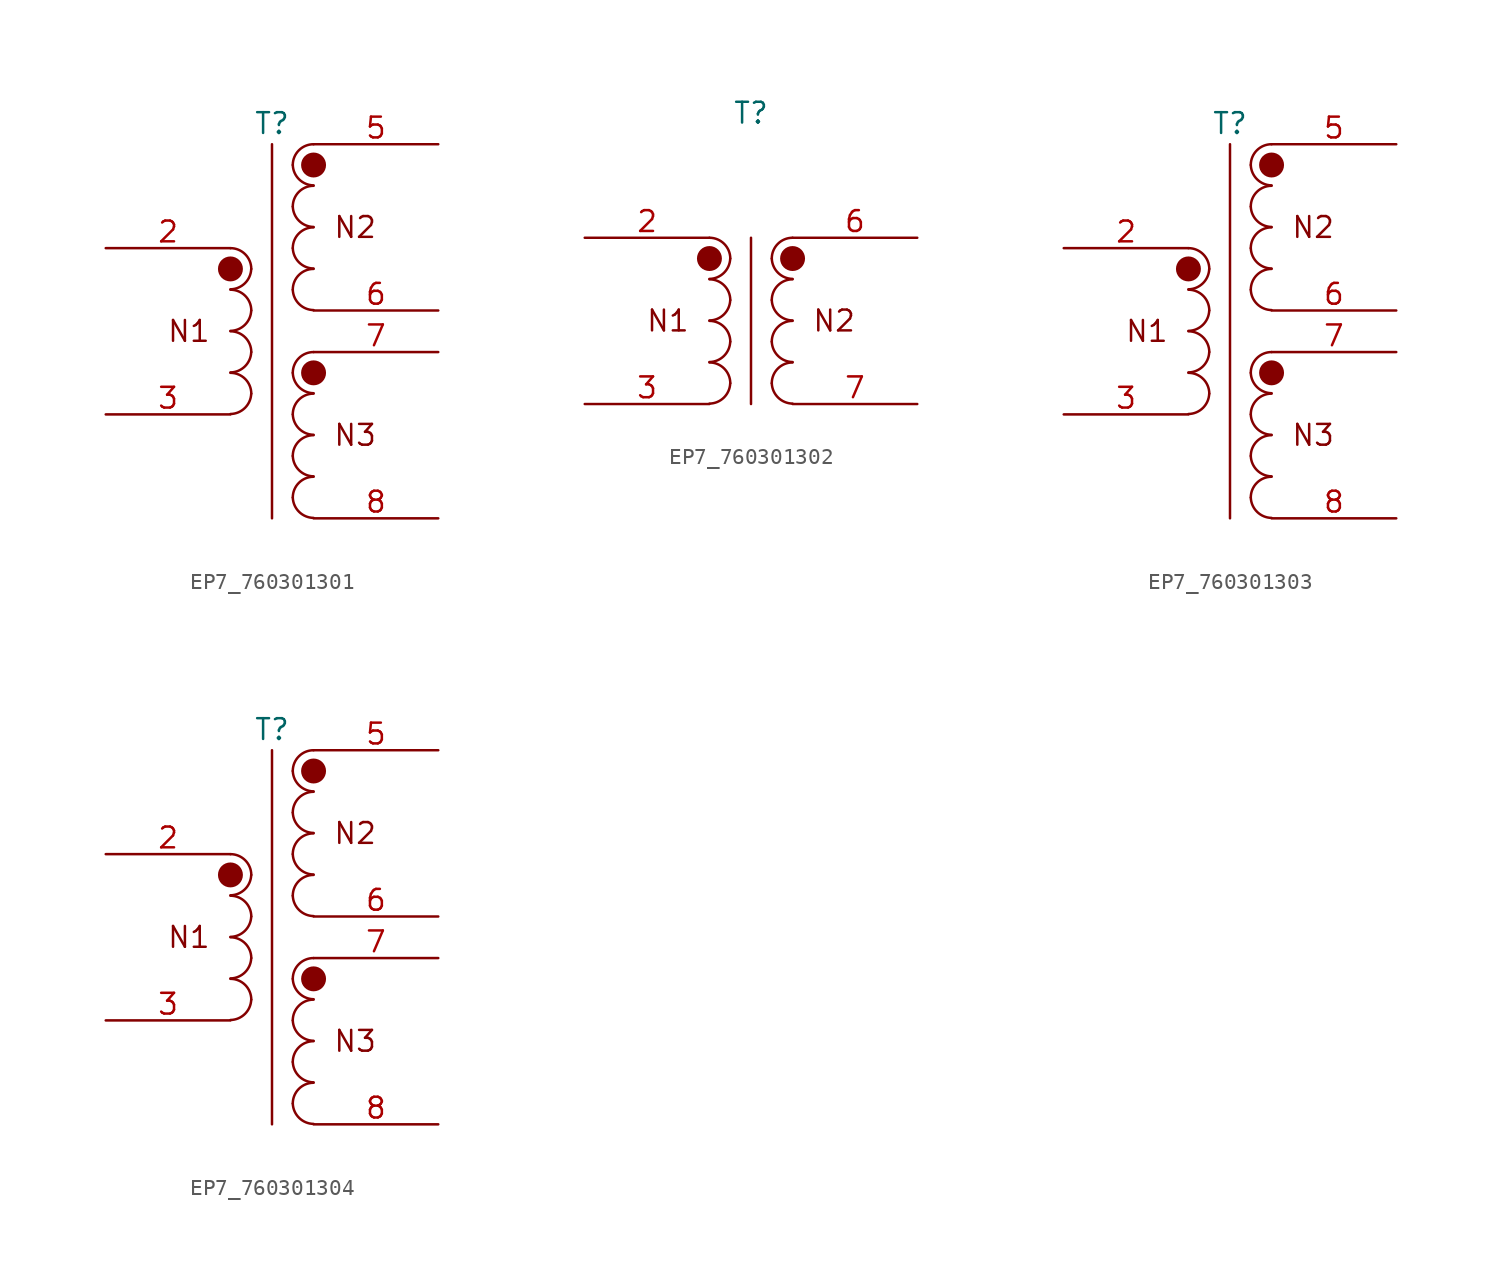
<source format=kicad_sym>
(kicad_symbol_lib
  (version 20220914)
  (generator kicad_symbol_editor)
  (symbol "EP7_760301301"
    (pin_names hide)
    (property "Reference" "T"
      (at 0 12.7 0)
      (effects (font (size 1.27 1.27))))
    (property "Critical Parameter" ""
      (at 0 -5.08 0)
      (effects (font (size 1.27 1.27)) (justify left)))
    (symbol "EP7_760301301_0_1"
      (arc (start -2.54 -5.0546) (mid -1.6561 -4.6863) (end -1.27 -3.81) (stroke (width 0) (type default)) (fill (type none)))
      (arc (start -2.54 -2.5146) (mid -1.6561 -2.1463) (end -1.27 -1.27) (stroke (width 0) (type default)) (fill (type none)))
      (arc (start -2.54 0.0254) (mid -1.6561 0.3937) (end -1.27 1.27) (stroke (width 0) (type default)) (fill (type none)))
      (arc (start -2.54 2.5654) (mid -1.6561 2.9337) (end -1.27 3.81) (stroke (width 0) (type default)) (fill (type none)))
      (arc (start -1.27 -3.81) (mid -1.642 -2.912) (end -2.54 -2.54) (stroke (width 0) (type default)) (fill (type none)))
      (arc (start -1.27 -1.27) (mid -1.642 -0.372) (end -2.54 0) (stroke (width 0) (type default)) (fill (type none)))
      (arc (start -1.27 1.27) (mid -1.642 2.168) (end -2.54 2.54) (stroke (width 0) (type default)) (fill (type none)))
      (arc (start -1.27 3.81) (mid -1.642 4.708) (end -2.54 5.08) (stroke (width 0) (type default)) (fill (type none)))
      (polyline (pts (xy 0 -11.43) (xy 0 11.43)) (stroke (width 0) (type default)) (fill (type none)))
      (arc (start 1.27 -10.16) (mid 1.6561 -11.0363) (end 2.54 -11.4046) (stroke (width 0) (type default)) (fill (type none)))
      (arc (start 1.27 -7.62) (mid 1.6561 -8.4963) (end 2.54 -8.8646) (stroke (width 0) (type default)) (fill (type none)))
      (arc (start 1.27 -5.08) (mid 1.6561 -5.9563) (end 2.54 -6.3246) (stroke (width 0) (type default)) (fill (type none)))
      (arc (start 1.27 -2.54) (mid 1.6561 -3.4163) (end 2.54 -3.7846) (stroke (width 0) (type default)) (fill (type none)))
      (arc (start 1.27 2.54) (mid 1.6561 1.6637) (end 2.54 1.2954) (stroke (width 0) (type default)) (fill (type none)))
      (arc (start 1.27 5.08) (mid 1.6561 4.2037) (end 2.54 3.8354) (stroke (width 0) (type default)) (fill (type none)))
      (arc (start 1.27 7.62) (mid 1.6561 6.7437) (end 2.54 6.3754) (stroke (width 0) (type default)) (fill (type none)))
      (arc (start 1.27 10.16) (mid 1.6561 9.2837) (end 2.54 8.9154) (stroke (width 0) (type default)) (fill (type none)))
      (arc (start 2.54 -8.89) (mid 1.642 -9.262) (end 1.27 -10.16) (stroke (width 0) (type default)) (fill (type none)))
      (arc (start 2.54 -6.35) (mid 1.642 -6.722) (end 1.27 -7.62) (stroke (width 0) (type default)) (fill (type none)))
      (arc (start 2.54 -3.81) (mid 1.642 -4.182) (end 1.27 -5.08) (stroke (width 0) (type default)) (fill (type none)))
      (arc (start 2.54 -1.27) (mid 1.642 -1.642) (end 1.27 -2.54) (stroke (width 0) (type default)) (fill (type none)))
      (arc (start 2.54 3.81) (mid 1.642 3.438) (end 1.27 2.54) (stroke (width 0) (type default)) (fill (type none)))
      (arc (start 2.54 6.35) (mid 1.642 5.978) (end 1.27 5.08) (stroke (width 0) (type default)) (fill (type none)))
      (arc (start 2.54 8.89) (mid 1.642 8.518) (end 1.27 7.62) (stroke (width 0) (type default)) (fill (type none)))
      (arc (start 2.54 11.43) (mid 1.642 11.058) (end 1.27 10.16) (stroke (width 0) (type default)) (fill (type none))))
    (symbol "EP7_760301301_1_1"
      (circle (center -2.54 3.81) (radius 0.0001) (stroke (width 0.762) (type default)) (fill (type none)))
      (circle (center 2.54 -2.54) (radius 0.0001) (stroke (width 0.762) (type default)) (fill (type none)))
      (circle (center 2.54 10.16) (radius 0.0001) (stroke (width 0.762) (type default)) (fill (type none)))
      (text "N1" (at -5.08 0 0) (effects (font (size 1.27 1.27))))
      (text "N2" (at 5.08 6.35 0) (effects (font (size 1.27 1.27))))
      (text "N3" (at 5.08 -6.35 0) (effects (font (size 1.27 1.27))))
      (pin passive line (at -10.16 5.08 0) (length 7.62) (name "2" (effects (font (size 1.27 1.27)))) (number "2" (effects (font (size 1.27 1.27)))))
      (pin passive line (at -10.16 -5.08 0) (length 7.62) (name "3" (effects (font (size 1.27 1.27)))) (number "3" (effects (font (size 1.27 1.27)))))
      (pin passive line (at 10.16 11.43 180) (length 7.62) (name "5" (effects (font (size 1.27 1.27)))) (number "5" (effects (font (size 1.27 1.27)))))
      (pin passive line (at 10.16 1.27 180) (length 7.62) (name "6" (effects (font (size 1.27 1.27)))) (number "6" (effects (font (size 1.27 1.27)))))
      (pin passive line (at 10.16 -1.27 180) (length 7.62) (name "7" (effects (font (size 1.27 1.27)))) (number "7" (effects (font (size 1.27 1.27)))))
      (pin passive line (at 10.16 -11.43 180) (length 7.62) (name "8" (effects (font (size 1.27 1.27)))) (number "8" (effects (font (size 1.27 1.27)))))))
  (symbol "EP7_760301302"
    (pin_names hide)
    (property "Reference" "T"
      (at 0 12.7 0)
      (effects (font (size 1.27 1.27))))
    (property "Critical Parameter" ""
      (at 0 -5.08 0)
      (effects (font (size 1.27 1.27)) (justify left)))
    (symbol "EP7_760301302_0_1"
      (arc (start -2.54 -5.0546) (mid -1.6561 -4.6863) (end -1.27 -3.81) (stroke (width 0) (type default)) (fill (type none)))
      (arc (start -2.54 -2.5146) (mid -1.6561 -2.1463) (end -1.27 -1.27) (stroke (width 0) (type default)) (fill (type none)))
      (arc (start -2.54 0.0254) (mid -1.6561 0.3937) (end -1.27 1.27) (stroke (width 0) (type default)) (fill (type none)))
      (arc (start -2.54 2.5654) (mid -1.6561 2.9337) (end -1.27 3.81) (stroke (width 0) (type default)) (fill (type none)))
      (arc (start -1.27 -3.81) (mid -1.642 -2.912) (end -2.54 -2.54) (stroke (width 0) (type default)) (fill (type none)))
      (arc (start -1.27 -1.27) (mid -1.642 -0.372) (end -2.54 0) (stroke (width 0) (type default)) (fill (type none)))
      (arc (start -1.27 1.27) (mid -1.642 2.168) (end -2.54 2.54) (stroke (width 0) (type default)) (fill (type none)))
      (arc (start -1.27 3.81) (mid -1.642 4.708) (end -2.54 5.08) (stroke (width 0) (type default)) (fill (type none)))
      (polyline (pts (xy 0 -5.08) (xy 0 5.08)) (stroke (width 0) (type default)) (fill (type none)))
      (arc (start 1.27 -3.81) (mid 1.6561 -4.6863) (end 2.54 -5.0546) (stroke (width 0) (type default)) (fill (type none)))
      (arc (start 1.27 -1.27) (mid 1.6561 -2.1463) (end 2.54 -2.5146) (stroke (width 0) (type default)) (fill (type none)))
      (arc (start 1.27 1.27) (mid 1.6561 0.3937) (end 2.54 0.0254) (stroke (width 0) (type default)) (fill (type none)))
      (arc (start 1.27 3.81) (mid 1.6561 2.9337) (end 2.54 2.5654) (stroke (width 0) (type default)) (fill (type none)))
      (arc (start 2.54 -2.54) (mid 1.642 -2.912) (end 1.27 -3.81) (stroke (width 0) (type default)) (fill (type none)))
      (arc (start 2.54 0) (mid 1.642 -0.372) (end 1.27 -1.27) (stroke (width 0) (type default)) (fill (type none)))
      (arc (start 2.54 2.54) (mid 1.642 2.168) (end 1.27 1.27) (stroke (width 0) (type default)) (fill (type none)))
      (arc (start 2.54 5.08) (mid 1.642 4.708) (end 1.27 3.81) (stroke (width 0) (type default)) (fill (type none))))
    (symbol "EP7_760301302_1_1"
      (circle (center -2.54 3.81) (radius 0.0001) (stroke (width 0.762) (type default)) (fill (type none)))
      (circle (center 2.54 3.81) (radius 0.0001) (stroke (width 0.762) (type default)) (fill (type none)))
      (text "N1" (at -5.08 0 0) (effects (font (size 1.27 1.27))))
      (text "N2" (at 5.08 0 0) (effects (font (size 1.27 1.27))))
      (pin passive line (at -10.16 5.08 0) (length 7.62) (name "2" (effects (font (size 1.27 1.27)))) (number "2" (effects (font (size 1.27 1.27)))))
      (pin passive line (at -10.16 -5.08 0) (length 7.62) (name "3" (effects (font (size 1.27 1.27)))) (number "3" (effects (font (size 1.27 1.27)))))
      (pin passive line (at 10.16 5.08 180) (length 7.62) (name "6" (effects (font (size 1.27 1.27)))) (number "6" (effects (font (size 1.27 1.27)))))
      (pin passive line (at 10.16 -5.08 180) (length 7.62) (name "7" (effects (font (size 1.27 1.27)))) (number "7" (effects (font (size 1.27 1.27)))))))
  (symbol "EP7_760301303"
    (pin_names hide)
    (property "Reference" "T"
      (at 0 12.7 0)
      (effects (font (size 1.27 1.27))))
    (property "Critical Parameter" ""
      (at 0 -5.08 0)
      (effects (font (size 1.27 1.27)) (justify left)))
    (symbol "EP7_760301303_0_1"
      (arc (start -2.54 -5.0546) (mid -1.6561 -4.6863) (end -1.27 -3.81) (stroke (width 0) (type default)) (fill (type none)))
      (arc (start -2.54 -2.5146) (mid -1.6561 -2.1463) (end -1.27 -1.27) (stroke (width 0) (type default)) (fill (type none)))
      (arc (start -2.54 0.0254) (mid -1.6561 0.3937) (end -1.27 1.27) (stroke (width 0) (type default)) (fill (type none)))
      (arc (start -2.54 2.5654) (mid -1.6561 2.9337) (end -1.27 3.81) (stroke (width 0) (type default)) (fill (type none)))
      (arc (start -1.27 -3.81) (mid -1.642 -2.912) (end -2.54 -2.54) (stroke (width 0) (type default)) (fill (type none)))
      (arc (start -1.27 -1.27) (mid -1.642 -0.372) (end -2.54 0) (stroke (width 0) (type default)) (fill (type none)))
      (arc (start -1.27 1.27) (mid -1.642 2.168) (end -2.54 2.54) (stroke (width 0) (type default)) (fill (type none)))
      (arc (start -1.27 3.81) (mid -1.642 4.708) (end -2.54 5.08) (stroke (width 0) (type default)) (fill (type none)))
      (polyline (pts (xy 0 -11.43) (xy 0 11.43)) (stroke (width 0) (type default)) (fill (type none)))
      (arc (start 1.27 -10.16) (mid 1.6561 -11.0363) (end 2.54 -11.4046) (stroke (width 0) (type default)) (fill (type none)))
      (arc (start 1.27 -7.62) (mid 1.6561 -8.4963) (end 2.54 -8.8646) (stroke (width 0) (type default)) (fill (type none)))
      (arc (start 1.27 -5.08) (mid 1.6561 -5.9563) (end 2.54 -6.3246) (stroke (width 0) (type default)) (fill (type none)))
      (arc (start 1.27 -2.54) (mid 1.6561 -3.4163) (end 2.54 -3.7846) (stroke (width 0) (type default)) (fill (type none)))
      (arc (start 1.27 2.54) (mid 1.6561 1.6637) (end 2.54 1.2954) (stroke (width 0) (type default)) (fill (type none)))
      (arc (start 1.27 5.08) (mid 1.6561 4.2037) (end 2.54 3.8354) (stroke (width 0) (type default)) (fill (type none)))
      (arc (start 1.27 7.62) (mid 1.6561 6.7437) (end 2.54 6.3754) (stroke (width 0) (type default)) (fill (type none)))
      (arc (start 1.27 10.16) (mid 1.6561 9.2837) (end 2.54 8.9154) (stroke (width 0) (type default)) (fill (type none)))
      (arc (start 2.54 -8.89) (mid 1.642 -9.262) (end 1.27 -10.16) (stroke (width 0) (type default)) (fill (type none)))
      (arc (start 2.54 -6.35) (mid 1.642 -6.722) (end 1.27 -7.62) (stroke (width 0) (type default)) (fill (type none)))
      (arc (start 2.54 -3.81) (mid 1.642 -4.182) (end 1.27 -5.08) (stroke (width 0) (type default)) (fill (type none)))
      (arc (start 2.54 -1.27) (mid 1.642 -1.642) (end 1.27 -2.54) (stroke (width 0) (type default)) (fill (type none)))
      (arc (start 2.54 3.81) (mid 1.642 3.438) (end 1.27 2.54) (stroke (width 0) (type default)) (fill (type none)))
      (arc (start 2.54 6.35) (mid 1.642 5.978) (end 1.27 5.08) (stroke (width 0) (type default)) (fill (type none)))
      (arc (start 2.54 8.89) (mid 1.642 8.518) (end 1.27 7.62) (stroke (width 0) (type default)) (fill (type none)))
      (arc (start 2.54 11.43) (mid 1.642 11.058) (end 1.27 10.16) (stroke (width 0) (type default)) (fill (type none))))
    (symbol "EP7_760301303_1_1"
      (circle (center -2.54 3.81) (radius 0.0001) (stroke (width 0.762) (type default)) (fill (type none)))
      (circle (center 2.54 -2.54) (radius 0.0001) (stroke (width 0.762) (type default)) (fill (type none)))
      (circle (center 2.54 10.16) (radius 0.0001) (stroke (width 0.762) (type default)) (fill (type none)))
      (text "N1" (at -5.08 0 0) (effects (font (size 1.27 1.27))))
      (text "N2" (at 5.08 6.35 0) (effects (font (size 1.27 1.27))))
      (text "N3" (at 5.08 -6.35 0) (effects (font (size 1.27 1.27))))
      (pin passive line (at -10.16 5.08 0) (length 7.62) (name "2" (effects (font (size 1.27 1.27)))) (number "2" (effects (font (size 1.27 1.27)))))
      (pin passive line (at -10.16 -5.08 0) (length 7.62) (name "3" (effects (font (size 1.27 1.27)))) (number "3" (effects (font (size 1.27 1.27)))))
      (pin passive line (at 10.16 11.43 180) (length 7.62) (name "5" (effects (font (size 1.27 1.27)))) (number "5" (effects (font (size 1.27 1.27)))))
      (pin passive line (at 10.16 1.27 180) (length 7.62) (name "6" (effects (font (size 1.27 1.27)))) (number "6" (effects (font (size 1.27 1.27)))))
      (pin passive line (at 10.16 -1.27 180) (length 7.62) (name "7" (effects (font (size 1.27 1.27)))) (number "7" (effects (font (size 1.27 1.27)))))
      (pin passive line (at 10.16 -11.43 180) (length 7.62) (name "8" (effects (font (size 1.27 1.27)))) (number "8" (effects (font (size 1.27 1.27)))))))
  (symbol "EP7_760301304"
    (pin_names hide)
    (property "Reference" "T"
      (at 0 12.7 0)
      (effects (font (size 1.27 1.27))))
    (property "Critical Parameter" ""
      (at 0 -5.08 0)
      (effects (font (size 1.27 1.27)) (justify left)))
    (symbol "EP7_760301304_0_1"
      (arc (start -2.54 -5.0546) (mid -1.6561 -4.6863) (end -1.27 -3.81) (stroke (width 0) (type default)) (fill (type none)))
      (arc (start -2.54 -2.5146) (mid -1.6561 -2.1463) (end -1.27 -1.27) (stroke (width 0) (type default)) (fill (type none)))
      (arc (start -2.54 0.0254) (mid -1.6561 0.3937) (end -1.27 1.27) (stroke (width 0) (type default)) (fill (type none)))
      (arc (start -2.54 2.5654) (mid -1.6561 2.9337) (end -1.27 3.81) (stroke (width 0) (type default)) (fill (type none)))
      (arc (start -1.27 -3.81) (mid -1.642 -2.912) (end -2.54 -2.54) (stroke (width 0) (type default)) (fill (type none)))
      (arc (start -1.27 -1.27) (mid -1.642 -0.372) (end -2.54 0) (stroke (width 0) (type default)) (fill (type none)))
      (arc (start -1.27 1.27) (mid -1.642 2.168) (end -2.54 2.54) (stroke (width 0) (type default)) (fill (type none)))
      (arc (start -1.27 3.81) (mid -1.642 4.708) (end -2.54 5.08) (stroke (width 0) (type default)) (fill (type none)))
      (polyline (pts (xy 0 -11.43) (xy 0 11.43)) (stroke (width 0) (type default)) (fill (type none)))
      (arc (start 1.27 -10.16) (mid 1.6561 -11.0363) (end 2.54 -11.4046) (stroke (width 0) (type default)) (fill (type none)))
      (arc (start 1.27 -7.62) (mid 1.6561 -8.4963) (end 2.54 -8.8646) (stroke (width 0) (type default)) (fill (type none)))
      (arc (start 1.27 -5.08) (mid 1.6561 -5.9563) (end 2.54 -6.3246) (stroke (width 0) (type default)) (fill (type none)))
      (arc (start 1.27 -2.54) (mid 1.6561 -3.4163) (end 2.54 -3.7846) (stroke (width 0) (type default)) (fill (type none)))
      (arc (start 1.27 2.54) (mid 1.6561 1.6637) (end 2.54 1.2954) (stroke (width 0) (type default)) (fill (type none)))
      (arc (start 1.27 5.08) (mid 1.6561 4.2037) (end 2.54 3.8354) (stroke (width 0) (type default)) (fill (type none)))
      (arc (start 1.27 7.62) (mid 1.6561 6.7437) (end 2.54 6.3754) (stroke (width 0) (type default)) (fill (type none)))
      (arc (start 1.27 10.16) (mid 1.6561 9.2837) (end 2.54 8.9154) (stroke (width 0) (type default)) (fill (type none)))
      (arc (start 2.54 -8.89) (mid 1.642 -9.262) (end 1.27 -10.16) (stroke (width 0) (type default)) (fill (type none)))
      (arc (start 2.54 -6.35) (mid 1.642 -6.722) (end 1.27 -7.62) (stroke (width 0) (type default)) (fill (type none)))
      (arc (start 2.54 -3.81) (mid 1.642 -4.182) (end 1.27 -5.08) (stroke (width 0) (type default)) (fill (type none)))
      (arc (start 2.54 -1.27) (mid 1.642 -1.642) (end 1.27 -2.54) (stroke (width 0) (type default)) (fill (type none)))
      (arc (start 2.54 3.81) (mid 1.642 3.438) (end 1.27 2.54) (stroke (width 0) (type default)) (fill (type none)))
      (arc (start 2.54 6.35) (mid 1.642 5.978) (end 1.27 5.08) (stroke (width 0) (type default)) (fill (type none)))
      (arc (start 2.54 8.89) (mid 1.642 8.518) (end 1.27 7.62) (stroke (width 0) (type default)) (fill (type none)))
      (arc (start 2.54 11.43) (mid 1.642 11.058) (end 1.27 10.16) (stroke (width 0) (type default)) (fill (type none))))
    (symbol "EP7_760301304_1_1"
      (circle (center -2.54 3.81) (radius 0.0001) (stroke (width 0.762) (type default)) (fill (type none)))
      (circle (center 2.54 -2.54) (radius 0.0001) (stroke (width 0.762) (type default)) (fill (type none)))
      (circle (center 2.54 10.16) (radius 0.0001) (stroke (width 0.762) (type default)) (fill (type none)))
      (text "N1" (at -5.08 0 0) (effects (font (size 1.27 1.27))))
      (text "N2" (at 5.08 6.35 0) (effects (font (size 1.27 1.27))))
      (text "N3" (at 5.08 -6.35 0) (effects (font (size 1.27 1.27))))
      (pin passive line (at -10.16 5.08 0) (length 7.62) (name "2" (effects (font (size 1.27 1.27)))) (number "2" (effects (font (size 1.27 1.27)))))
      (pin passive line (at -10.16 -5.08 0) (length 7.62) (name "3" (effects (font (size 1.27 1.27)))) (number "3" (effects (font (size 1.27 1.27)))))
      (pin passive line (at 10.16 11.43 180) (length 7.62) (name "5" (effects (font (size 1.27 1.27)))) (number "5" (effects (font (size 1.27 1.27)))))
      (pin passive line (at 10.16 1.27 180) (length 7.62) (name "6" (effects (font (size 1.27 1.27)))) (number "6" (effects (font (size 1.27 1.27)))))
      (pin passive line (at 10.16 -1.27 180) (length 7.62) (name "7" (effects (font (size 1.27 1.27)))) (number "7" (effects (font (size 1.27 1.27)))))
      (pin passive line (at 10.16 -11.43 180) (length 7.62) (name "8" (effects (font (size 1.27 1.27)))) (number "8" (effects (font (size 1.27 1.27))))))))
</source>
